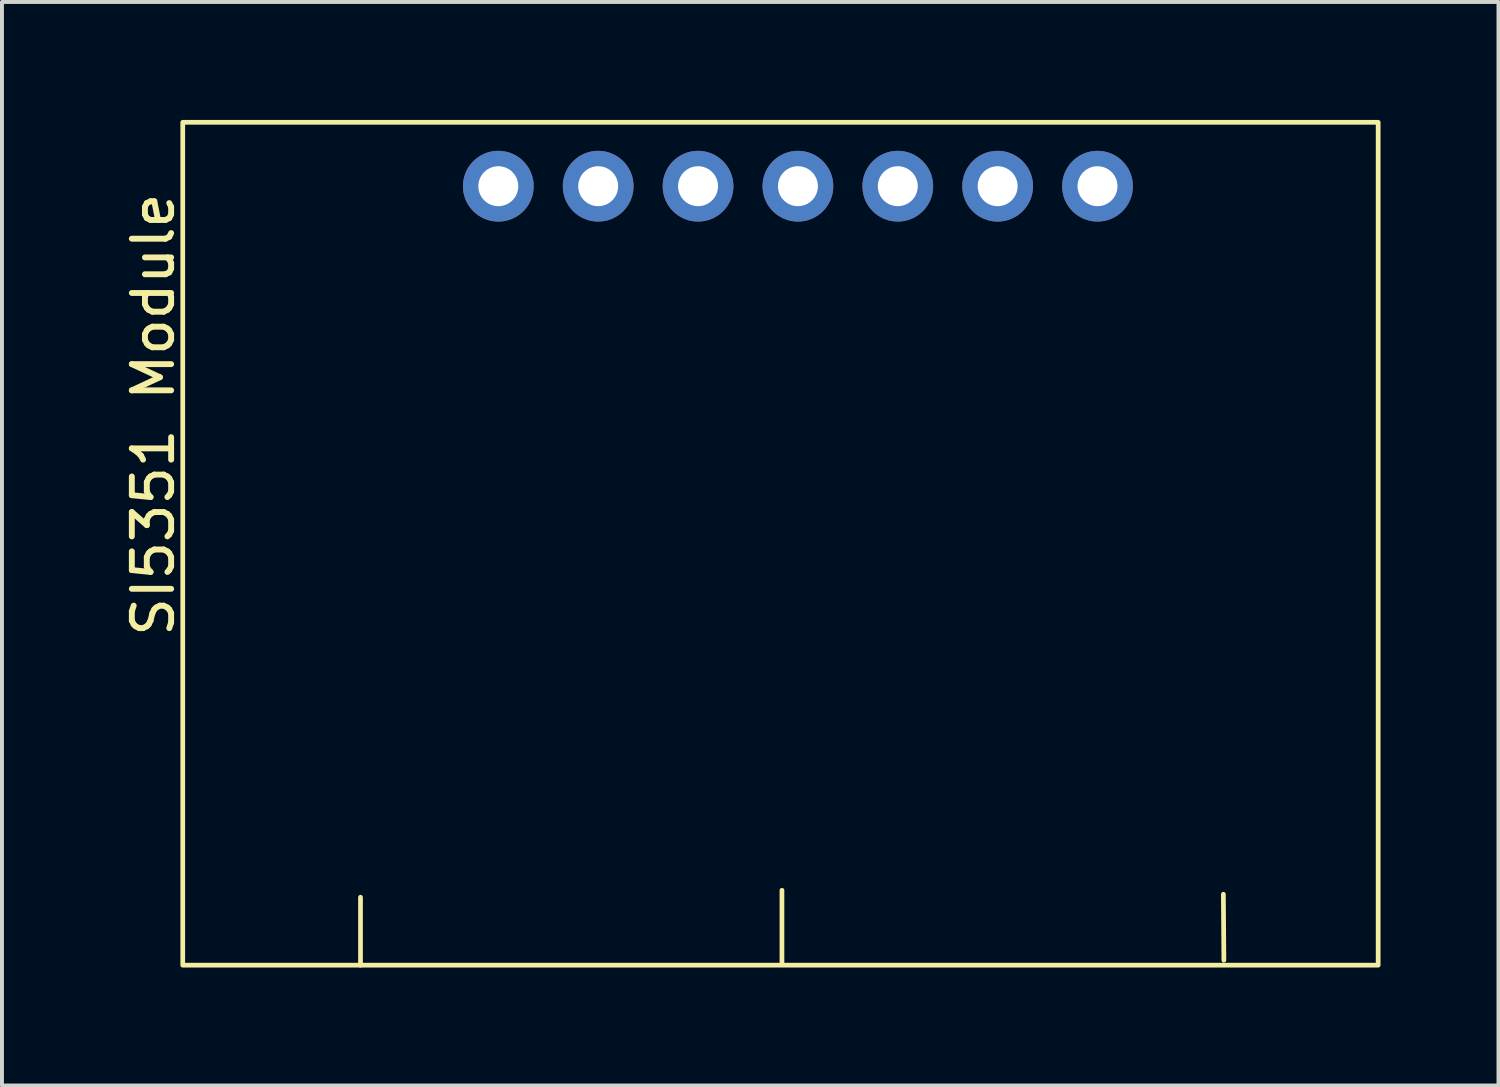
<source format=kicad_pcb>
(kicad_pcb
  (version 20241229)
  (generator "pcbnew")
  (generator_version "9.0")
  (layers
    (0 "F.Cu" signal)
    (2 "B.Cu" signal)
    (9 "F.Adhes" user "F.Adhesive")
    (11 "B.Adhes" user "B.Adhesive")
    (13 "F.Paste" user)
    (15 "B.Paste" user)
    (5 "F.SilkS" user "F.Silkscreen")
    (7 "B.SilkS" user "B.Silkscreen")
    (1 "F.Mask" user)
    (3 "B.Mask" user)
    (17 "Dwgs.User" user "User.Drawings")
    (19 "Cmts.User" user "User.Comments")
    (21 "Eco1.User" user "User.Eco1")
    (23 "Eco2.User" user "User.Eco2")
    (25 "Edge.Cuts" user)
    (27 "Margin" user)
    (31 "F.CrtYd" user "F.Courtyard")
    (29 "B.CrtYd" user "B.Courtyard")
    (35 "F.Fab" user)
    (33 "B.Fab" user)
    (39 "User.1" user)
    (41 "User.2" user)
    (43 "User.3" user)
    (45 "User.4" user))
  (footprint "SI5351 Module"
    (layer "F.Cu")
    (at 1.598 6.664)
    (property "Reference" "SI5351 Module" (at -0.75 0.833 270) (layer "F.SilkS") (effects (font (size 1 1) (thickness 0.15))))
    (attr through_hole)
    (fp_line (start 4.521 14.834) (end 4.521 13.106) (stroke (width 0.12) (type solid)) (layer "F.SilkS"))
    (fp_line (start 15.24 14.783) (end 15.24 12.929) (stroke (width 0.12) (type solid)) (layer "F.SilkS"))
    (fp_line (start 26.48 14.707) (end 26.467 13.03) (stroke (width 0.12) (type solid)) (layer "F.SilkS"))
    (fp_rect (start 0 -6.604) (end 30.404 14.834) (stroke (width 0.12) (type solid)) (fill no) (layer "F.SilkS"))
    (pad "1" thru_hole circle (at 8.026 -4.978) (size 1.8 1.8) (drill 1.016) (layers "*.Cu" "*.Mask"))
    (pad "2" thru_hole circle (at 10.566 -4.978) (size 1.8 1.8) (drill 1.016) (layers "*.Cu" "*.Mask"))
    (pad "3" thru_hole circle (at 13.106 -4.978) (size 1.8 1.8) (drill 1.016) (layers "*.Cu" "*.Mask"))
    (pad "4" thru_hole circle (at 15.646 -4.978) (size 1.8 1.8) (drill 1.016) (layers "*.Cu" "*.Mask"))
    (pad "5" thru_hole circle (at 18.186 -4.978) (size 1.8 1.8) (drill 1.016) (layers "*.Cu" "*.Mask"))
    (pad "6" thru_hole circle (at 20.726 -4.978) (size 1.8 1.8) (drill 1.016) (layers "*.Cu" "*.Mask"))
    (pad "7" thru_hole circle (at 23.266 -4.978) (size 1.8 1.8) (drill 1.016) (layers "*.Cu" "*.Mask")))
  (gr_rect
    (start -3 -3)
    (end 35.062 24.558)
    (stroke (width 0.1) (type default))
    (fill no)
    (layer "Edge.Cuts")))
</source>
